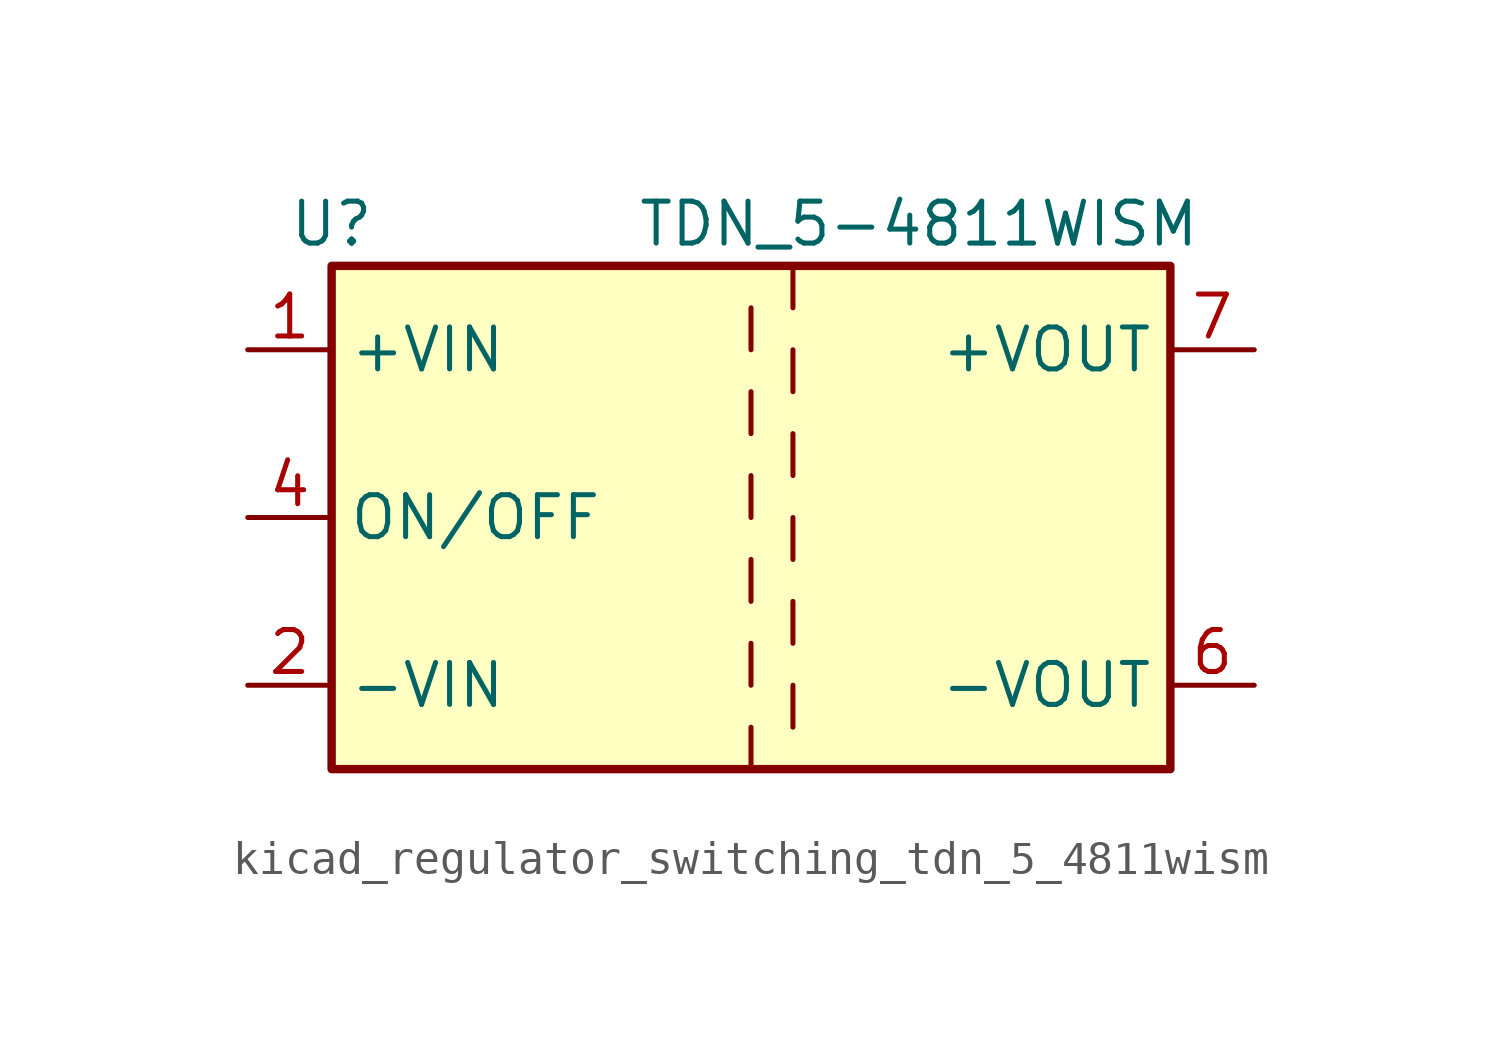
<source format=kicad_sym>
(kicad_symbol_lib
  (version 20220914)
  (generator kicad_symbol_editor)
  (symbol "kicad_regulator_switching_tdn_5_4811wism"
    (property "Reference" "U"
      (at -12.7 8.89 0)
      (effects (font (size 1.27 1.27))))
    (property "Value" "TDN_5-4811WISM"
      (at 5.08 8.89 0)
      (effects (font (size 1.27 1.27))))
    (symbol "kicad_regulator_switching_tdn_5_4811wism_0_1"
      (rectangle (start -12.7 7.62) (end 12.7 -7.62) (stroke (width 0.254) (type default)) (fill (type background))))
    (symbol "kicad_regulator_switching_tdn_5_4811wism_1_1"
      (polyline (pts (xy 0 -6.35) (xy 0 -7.62)) (stroke (width 0) (type default)) (fill (type none)))
      (polyline (pts (xy 0 -3.81) (xy 0 -5.08)) (stroke (width 0) (type default)) (fill (type none)))
      (polyline (pts (xy 0 -1.27) (xy 0 -2.54)) (stroke (width 0) (type default)) (fill (type none)))
      (polyline (pts (xy 0 1.27) (xy 0 0)) (stroke (width 0) (type default)) (fill (type none)))
      (polyline (pts (xy 0 3.81) (xy 0 2.54)) (stroke (width 0) (type default)) (fill (type none)))
      (polyline (pts (xy 0 6.35) (xy 0 5.08)) (stroke (width 0) (type default)) (fill (type none)))
      (polyline (pts (xy 1.27 -5.08) (xy 1.27 -6.35)) (stroke (width 0) (type default)) (fill (type none)))
      (polyline (pts (xy 1.27 -2.54) (xy 1.27 -3.81)) (stroke (width 0) (type default)) (fill (type none)))
      (polyline (pts (xy 1.27 0) (xy 1.27 -1.27)) (stroke (width 0) (type default)) (fill (type none)))
      (polyline (pts (xy 1.27 2.54) (xy 1.27 1.27)) (stroke (width 0) (type default)) (fill (type none)))
      (polyline (pts (xy 1.27 5.08) (xy 1.27 3.81)) (stroke (width 0) (type default)) (fill (type none)))
      (polyline (pts (xy 1.27 7.62) (xy 1.27 6.35)) (stroke (width 0) (type default)) (fill (type none)))
      (pin power_in line (at -15.24 5.08 0) (length 2.54) (name "+VIN" (effects (font (size 1.27 1.27)))) (number "1" (effects (font (size 1.27 1.27)))))
      (pin power_in line (at -15.24 -5.08 0) (length 2.54) (name "-VIN" (effects (font (size 1.27 1.27)))) (number "2" (effects (font (size 1.27 1.27)))))
      (pin input line (at -15.24 0 0) (length 2.54) (name "ON/OFF" (effects (font (size 1.27 1.27)))) (number "4" (effects (font (size 1.27 1.27)))))
      (pin no_connect line (at 12.7 2.54 180) (length 2.54) hide (name "NC" (effects (font (size 1.27 1.27)))) (number "5" (effects (font (size 1.27 1.27)))))
      (pin power_out line (at 15.24 -5.08 180) (length 2.54) (name "-VOUT" (effects (font (size 1.27 1.27)))) (number "6" (effects (font (size 1.27 1.27)))))
      (pin power_out line (at 15.24 5.08 180) (length 2.54) (name "+VOUT" (effects (font (size 1.27 1.27)))) (number "7" (effects (font (size 1.27 1.27))))))))
</source>
